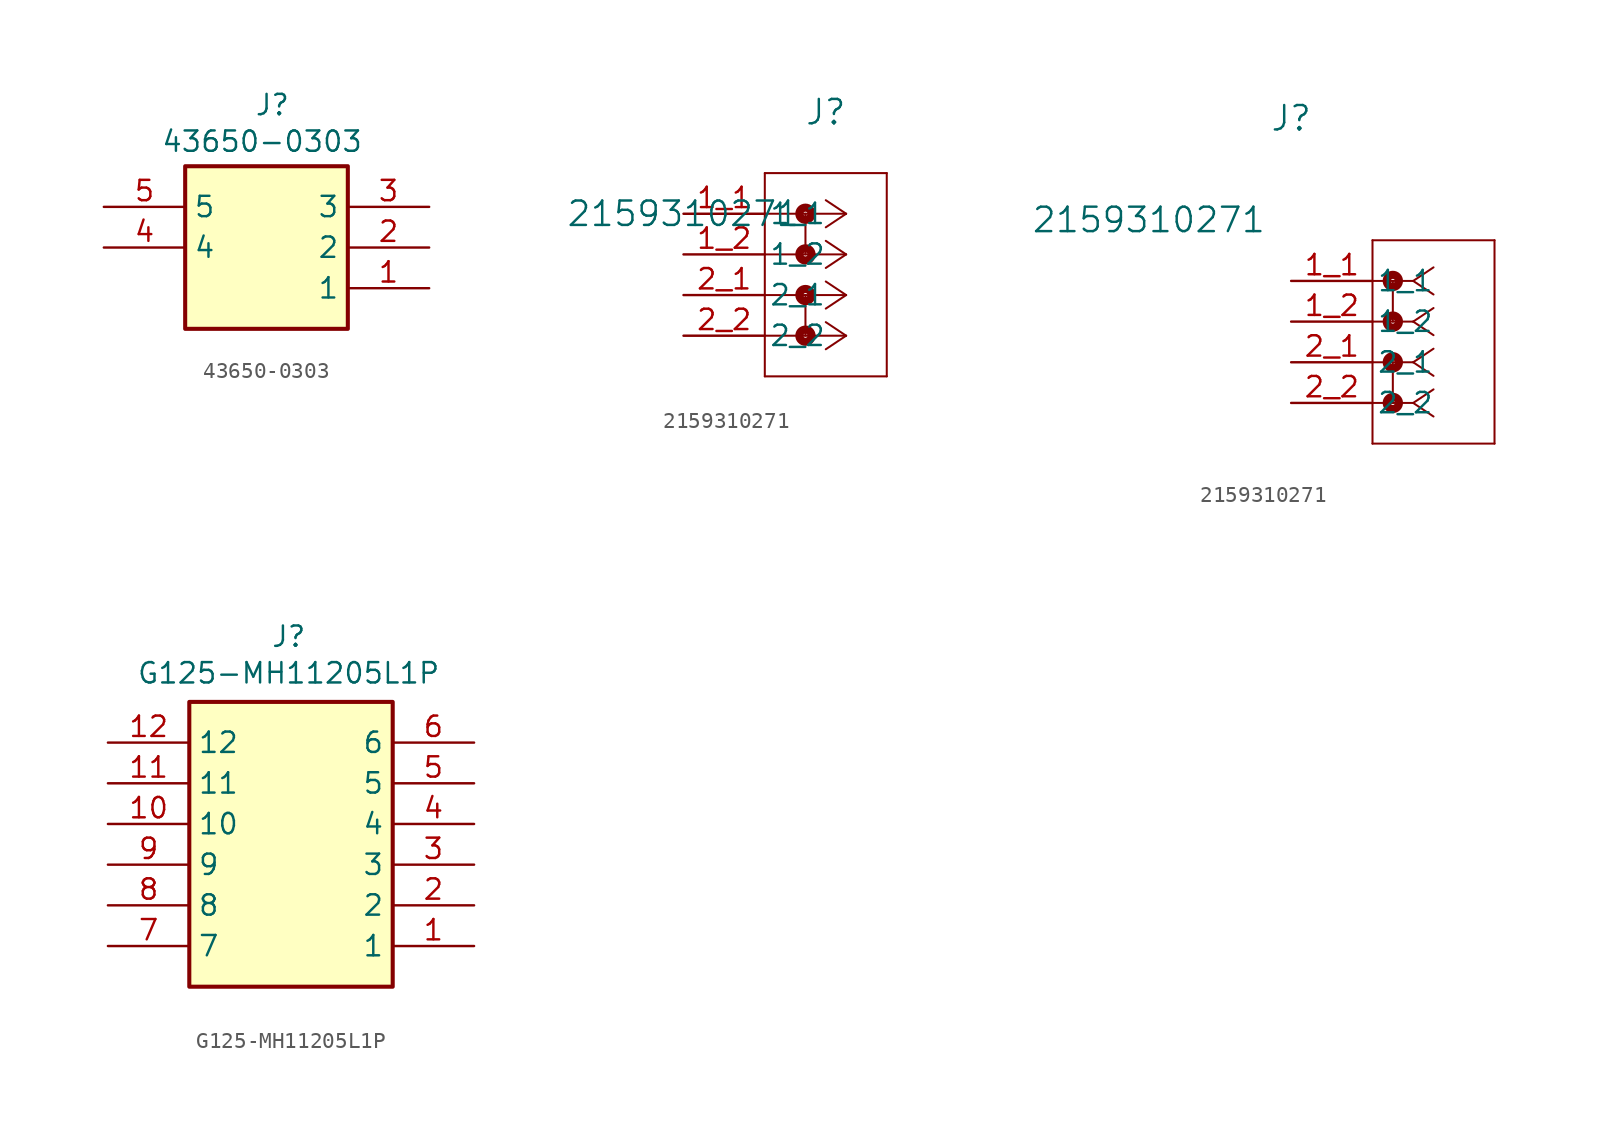
<source format=kicad_sym>
(kicad_symbol_lib
  (version 20241209)
  (generator "kicad_symbol_editor")
  (generator_version "9.0")
  (symbol "43650-0303"
    (property "Reference" "J"
      (at 9.398 7.112 0)
      (effects (font (size 1.27 1.27)) (justify left top)))
    (property "Value" "43650-0303"
      (at 3.556 4.826 0)
      (effects (font (size 1.27 1.27)) (justify left top)))
    (symbol "43650-0303_1_1"
      (rectangle (start 5.08 2.54) (end 15.24 -7.62) (stroke (width 0.254) (type default)) (fill (type background)))
      (pin passive line (at 0 0 0) (length 5.08) (name "5" (effects (font (size 1.27 1.27)))) (number "5" (effects (font (size 1.27 1.27)))))
      (pin passive line (at 0 -2.54 0) (length 5.08) (name "4" (effects (font (size 1.27 1.27)))) (number "4" (effects (font (size 1.27 1.27)))))
      (pin passive line (at 20.32 0 180) (length 5.08) (name "3" (effects (font (size 1.27 1.27)))) (number "3" (effects (font (size 1.27 1.27)))))
      (pin passive line (at 20.32 -2.54 180) (length 5.08) (name "2" (effects (font (size 1.27 1.27)))) (number "2" (effects (font (size 1.27 1.27)))))
      (pin passive line (at 20.32 -5.08 180) (length 5.08) (name "1" (effects (font (size 1.27 1.27)))) (number "1" (effects (font (size 1.27 1.27)))))))
  (symbol "2159310271"
    (pin_names
      (offset 0.254))
    (property "Reference" "J"
      (at 0 10.16 0)
      (effects (font (size 1.524 1.524))))
    (property "Value" "2159310271"
      (at -8.89 3.81 0)
      (effects (font (size 1.524 1.524))))
    (symbol "2159310271_1_1"
      (polyline (pts (xy -3.81 6.35) (xy -3.81 -6.35)) (stroke (width 0.127) (type default)) (fill (type none)))
      (polyline (pts (xy -3.81 -6.35) (xy 3.81 -6.35)) (stroke (width 0.127) (type default)) (fill (type none)))
      (circle (center -1.27 3.81) (radius 0.127) (stroke (width 0.508) (type default)) (fill (type none)))
      (polyline (pts (xy -1.27 3.81) (xy -1.27 1.27)) (stroke (width 0.127) (type default)) (fill (type none)))
      (circle (center -1.27 1.27) (radius 0.127) (stroke (width 0.508) (type default)) (fill (type none)))
      (circle (center -1.27 -1.27) (radius 0.127) (stroke (width 0.508) (type default)) (fill (type none)))
      (polyline (pts (xy -1.27 -1.27) (xy -1.27 -3.81)) (stroke (width 0.127) (type default)) (fill (type none)))
      (circle (center -1.27 -3.81) (radius 0.127) (stroke (width 0.508) (type default)) (fill (type none)))
      (polyline (pts (xy 1.27 3.81) (xy -3.81 3.81)) (stroke (width 0.127) (type default)) (fill (type none)))
      (polyline (pts (xy 1.27 3.81) (xy 0 4.657)) (stroke (width 0.127) (type default)) (fill (type none)))
      (polyline (pts (xy 1.27 3.81) (xy 0 2.963)) (stroke (width 0.127) (type default)) (fill (type none)))
      (polyline (pts (xy 1.27 1.27) (xy -3.81 1.27)) (stroke (width 0.127) (type default)) (fill (type none)))
      (polyline (pts (xy 1.27 1.27) (xy 0 2.117)) (stroke (width 0.127) (type default)) (fill (type none)))
      (polyline (pts (xy 1.27 1.27) (xy 0 0.423)) (stroke (width 0.127) (type default)) (fill (type none)))
      (polyline (pts (xy 1.27 -1.27) (xy -3.81 -1.27)) (stroke (width 0.127) (type default)) (fill (type none)))
      (polyline (pts (xy 1.27 -1.27) (xy 0 -0.423)) (stroke (width 0.127) (type default)) (fill (type none)))
      (polyline (pts (xy 1.27 -1.27) (xy 0 -2.117)) (stroke (width 0.127) (type default)) (fill (type none)))
      (polyline (pts (xy 1.27 -3.81) (xy -3.81 -3.81)) (stroke (width 0.127) (type default)) (fill (type none)))
      (polyline (pts (xy 1.27 -3.81) (xy 0 -2.963)) (stroke (width 0.127) (type default)) (fill (type none)))
      (polyline (pts (xy 1.27 -3.81) (xy 0 -4.657)) (stroke (width 0.127) (type default)) (fill (type none)))
      (polyline (pts (xy 3.81 6.35) (xy -3.81 6.35)) (stroke (width 0.127) (type default)) (fill (type none)))
      (polyline (pts (xy 3.81 -6.35) (xy 3.81 6.35)) (stroke (width 0.127) (type default)) (fill (type none)))
      (pin unspecified line (at -8.89 3.81 0) (length 5.08) (name "1_1" (effects (font (size 1.27 1.27)))) (number "1_1" (effects (font (size 1.27 1.27)))))
      (pin unspecified line (at -8.89 1.27 0) (length 5.08) (name "1_2" (effects (font (size 1.27 1.27)))) (number "1_2" (effects (font (size 1.27 1.27)))))
      (pin unspecified line (at -8.89 -1.27 0) (length 5.08) (name "2_1" (effects (font (size 1.27 1.27)))) (number "2_1" (effects (font (size 1.27 1.27)))))
      (pin unspecified line (at -8.89 -3.81 0) (length 5.08) (name "2_2" (effects (font (size 1.27 1.27)))) (number "2_2" (effects (font (size 1.27 1.27))))))
    (symbol "2159310271_1_2"
      (polyline (pts (xy 5.08 2.54) (xy 5.08 -10.16)) (stroke (width 0.127) (type default)) (fill (type none)))
      (polyline (pts (xy 5.08 -10.16) (xy 12.7 -10.16)) (stroke (width 0.127) (type default)) (fill (type none)))
      (polyline (pts (xy 6.35 0) (xy 6.35 -2.54)) (stroke (width 0.127) (type default)) (fill (type none)))
      (circle (center 6.35 0) (radius 0.127) (stroke (width 0.508) (type default)) (fill (type none)))
      (circle (center 6.35 -2.54) (radius 0.127) (stroke (width 0.508) (type default)) (fill (type none)))
      (polyline (pts (xy 6.35 -5.08) (xy 6.35 -7.62)) (stroke (width 0.127) (type default)) (fill (type none)))
      (circle (center 6.35 -5.08) (radius 0.127) (stroke (width 0.508) (type default)) (fill (type none)))
      (circle (center 6.35 -7.62) (radius 0.127) (stroke (width 0.508) (type default)) (fill (type none)))
      (polyline (pts (xy 7.62 0) (xy 5.08 0)) (stroke (width 0.127) (type default)) (fill (type none)))
      (polyline (pts (xy 7.62 0) (xy 8.89 0.847)) (stroke (width 0.127) (type default)) (fill (type none)))
      (polyline (pts (xy 7.62 0) (xy 8.89 -0.847)) (stroke (width 0.127) (type default)) (fill (type none)))
      (polyline (pts (xy 7.62 -2.54) (xy 5.08 -2.54)) (stroke (width 0.127) (type default)) (fill (type none)))
      (polyline (pts (xy 7.62 -2.54) (xy 8.89 -1.693)) (stroke (width 0.127) (type default)) (fill (type none)))
      (polyline (pts (xy 7.62 -2.54) (xy 8.89 -3.387)) (stroke (width 0.127) (type default)) (fill (type none)))
      (polyline (pts (xy 7.62 -5.08) (xy 5.08 -5.08)) (stroke (width 0.127) (type default)) (fill (type none)))
      (polyline (pts (xy 7.62 -5.08) (xy 8.89 -4.233)) (stroke (width 0.127) (type default)) (fill (type none)))
      (polyline (pts (xy 7.62 -5.08) (xy 8.89 -5.927)) (stroke (width 0.127) (type default)) (fill (type none)))
      (polyline (pts (xy 7.62 -7.62) (xy 5.08 -7.62)) (stroke (width 0.127) (type default)) (fill (type none)))
      (polyline (pts (xy 7.62 -7.62) (xy 8.89 -6.773)) (stroke (width 0.127) (type default)) (fill (type none)))
      (polyline (pts (xy 7.62 -7.62) (xy 8.89 -8.467)) (stroke (width 0.127) (type default)) (fill (type none)))
      (polyline (pts (xy 12.7 2.54) (xy 5.08 2.54)) (stroke (width 0.127) (type default)) (fill (type none)))
      (polyline (pts (xy 12.7 -10.16) (xy 12.7 2.54)) (stroke (width 0.127) (type default)) (fill (type none)))
      (pin unspecified line (at 0 0 0) (length 5.08) (name "1_1" (effects (font (size 1.27 1.27)))) (number "1_1" (effects (font (size 1.27 1.27)))))
      (pin unspecified line (at 0 -2.54 0) (length 5.08) (name "1_2" (effects (font (size 1.27 1.27)))) (number "1_2" (effects (font (size 1.27 1.27)))))
      (pin unspecified line (at 0 -5.08 0) (length 5.08) (name "2_1" (effects (font (size 1.27 1.27)))) (number "2_1" (effects (font (size 1.27 1.27)))))
      (pin unspecified line (at 0 -7.62 0) (length 5.08) (name "2_2" (effects (font (size 1.27 1.27)))) (number "2_2" (effects (font (size 1.27 1.27)))))))
  (symbol "G125-MH11205L1P"
    (property "Reference" "J"
      (at -1.27 13.716 0)
      (effects (font (size 1.27 1.27)) (justify left top)))
    (property "Value" "G125-MH11205L1P"
      (at -9.652 11.43 0)
      (effects (font (size 1.27 1.27)) (justify left top)))
    (symbol "G125-MH11205L1P_1_1"
      (rectangle (start -6.35 8.89) (end 6.35 -8.89) (stroke (width 0.254) (type default)) (fill (type background)))
      (pin passive line (at -11.43 6.35 0) (length 5.08) (name "12" (effects (font (size 1.27 1.27)))) (number "12" (effects (font (size 1.27 1.27)))))
      (pin passive line (at -11.43 3.81 0) (length 5.08) (name "11" (effects (font (size 1.27 1.27)))) (number "11" (effects (font (size 1.27 1.27)))))
      (pin passive line (at -11.43 1.27 0) (length 5.08) (name "10" (effects (font (size 1.27 1.27)))) (number "10" (effects (font (size 1.27 1.27)))))
      (pin passive line (at -11.43 -1.27 0) (length 5.08) (name "9" (effects (font (size 1.27 1.27)))) (number "9" (effects (font (size 1.27 1.27)))))
      (pin passive line (at -11.43 -3.81 0) (length 5.08) (name "8" (effects (font (size 1.27 1.27)))) (number "8" (effects (font (size 1.27 1.27)))))
      (pin passive line (at -11.43 -6.35 0) (length 5.08) (name "7" (effects (font (size 1.27 1.27)))) (number "7" (effects (font (size 1.27 1.27)))))
      (pin passive line (at 11.43 6.35 180) (length 5.08) (name "6" (effects (font (size 1.27 1.27)))) (number "6" (effects (font (size 1.27 1.27)))))
      (pin passive line (at 11.43 3.81 180) (length 5.08) (name "5" (effects (font (size 1.27 1.27)))) (number "5" (effects (font (size 1.27 1.27)))))
      (pin passive line (at 11.43 1.27 180) (length 5.08) (name "4" (effects (font (size 1.27 1.27)))) (number "4" (effects (font (size 1.27 1.27)))))
      (pin passive line (at 11.43 -1.27 180) (length 5.08) (name "3" (effects (font (size 1.27 1.27)))) (number "3" (effects (font (size 1.27 1.27)))))
      (pin passive line (at 11.43 -3.81 180) (length 5.08) (name "2" (effects (font (size 1.27 1.27)))) (number "2" (effects (font (size 1.27 1.27)))))
      (pin passive line (at 11.43 -6.35 180) (length 5.08) (name "1" (effects (font (size 1.27 1.27)))) (number "1" (effects (font (size 1.27 1.27))))))))
</source>
